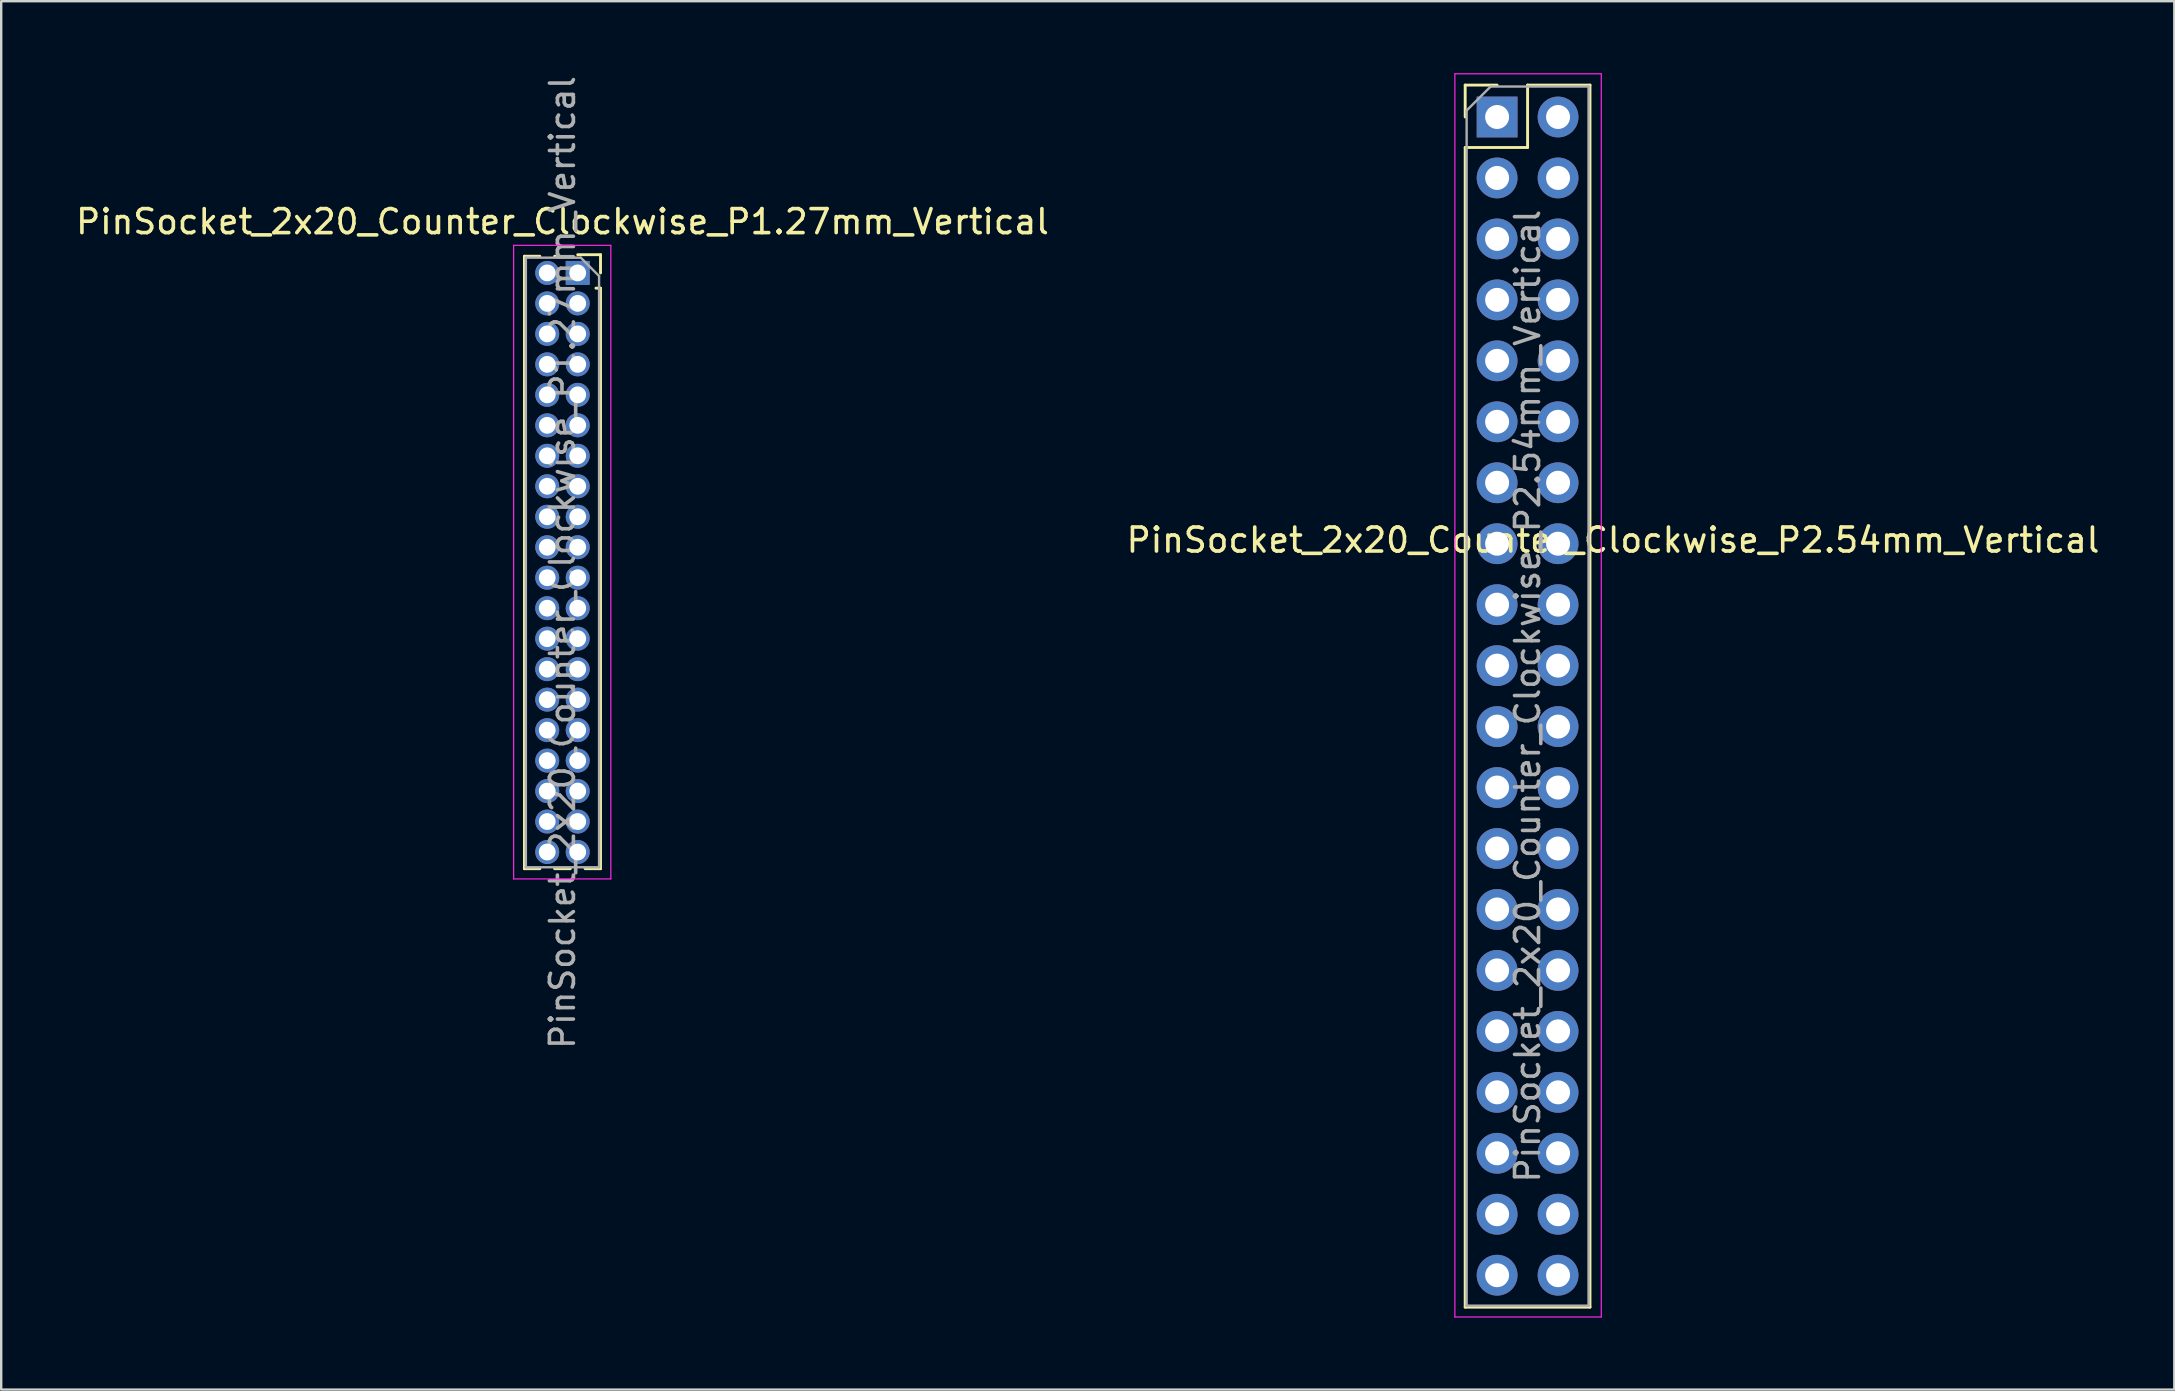
<source format=kicad_pcb>
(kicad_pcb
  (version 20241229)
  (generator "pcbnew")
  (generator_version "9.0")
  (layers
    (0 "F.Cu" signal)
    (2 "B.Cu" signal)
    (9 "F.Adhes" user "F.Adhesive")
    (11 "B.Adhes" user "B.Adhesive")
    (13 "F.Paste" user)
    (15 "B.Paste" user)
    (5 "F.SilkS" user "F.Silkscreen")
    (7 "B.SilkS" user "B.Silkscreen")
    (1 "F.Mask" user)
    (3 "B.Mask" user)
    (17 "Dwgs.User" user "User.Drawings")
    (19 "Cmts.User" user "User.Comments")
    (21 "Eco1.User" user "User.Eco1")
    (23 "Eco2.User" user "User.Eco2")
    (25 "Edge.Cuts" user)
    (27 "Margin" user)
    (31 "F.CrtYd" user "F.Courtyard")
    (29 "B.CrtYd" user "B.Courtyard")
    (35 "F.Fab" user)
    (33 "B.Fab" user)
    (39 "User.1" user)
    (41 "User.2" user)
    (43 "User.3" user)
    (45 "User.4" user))
  (footprint "PinSocket_2x20_Counter_Clockwise_P2.54mm_Vertical"
    (layer "F.Cu")
    (at 61.871 1.825)
    (property "Reference" "PinSocket_2x20_Counter_Clockwise_P2.54mm_Vertical" (at 2.29 17.63 0) (layer "F.SilkS") (effects (font (size 1 1) (thickness 0.15))))
    (attr through_hole)
    (fp_line (start -3.87 -1.33) (end -3.87 0) (stroke (width 0.12) (type solid)) (layer "F.SilkS"))
    (fp_line (start -3.87 1.27) (end -3.87 49.59) (stroke (width 0.12) (type solid)) (layer "F.SilkS"))
    (fp_line (start -2.54 -1.33) (end -3.87 -1.33) (stroke (width 0.12) (type solid)) (layer "F.SilkS"))
    (fp_line (start -1.27 -1.33) (end -1.27 1.27) (stroke (width 0.12) (type solid)) (layer "F.SilkS"))
    (fp_line (start -1.27 1.27) (end -3.87 1.27) (stroke (width 0.12) (type solid)) (layer "F.SilkS"))
    (fp_line (start 1.33 -1.33) (end -1.27 -1.33) (stroke (width 0.12) (type solid)) (layer "F.SilkS"))
    (fp_line (start 1.33 -1.33) (end 1.33 49.59) (stroke (width 0.12) (type solid)) (layer "F.SilkS"))
    (fp_line (start 1.33 49.59) (end -3.87 49.59) (stroke (width 0.12) (type solid)) (layer "F.SilkS"))
    (fp_line (start -4.3 -1.8) (end -4.3 50) (stroke (width 0.05) (type solid)) (layer "F.CrtYd"))
    (fp_line (start -4.3 50) (end 1.8 50) (stroke (width 0.05) (type solid)) (layer "F.CrtYd"))
    (fp_line (start 1.8 -1.8) (end -4.3 -1.8) (stroke (width 0.05) (type solid)) (layer "F.CrtYd"))
    (fp_line (start 1.8 50) (end 1.8 -1.8) (stroke (width 0.05) (type solid)) (layer "F.CrtYd"))
    (fp_line (start -3.81 -0.27) (end -3.81 49.53) (stroke (width 0.1) (type solid)) (layer "F.Fab"))
    (fp_line (start -3.81 49.53) (end 1.27 49.53) (stroke (width 0.1) (type solid)) (layer "F.Fab"))
    (fp_line (start -2.81 -1.27) (end -3.81 -0.27) (stroke (width 0.1) (type solid)) (layer "F.Fab"))
    (fp_line (start 1.27 -1.27) (end -2.81 -1.27) (stroke (width 0.1) (type solid)) (layer "F.Fab"))
    (fp_line (start 1.27 49.53) (end 1.27 -1.27) (stroke (width 0.1) (type solid)) (layer "F.Fab"))
    (fp_text user "${REFERENCE}" (at -1.27 24.13 90) (layer "F.Fab") (effects (font (size 1 1) (thickness 0.15))))
    (pad "1" thru_hole rect (at -2.54 0) (size 1.7 1.7) (drill 1) (layers "*.Cu" "*.Mask"))
    (pad "2" thru_hole oval (at 0 0) (size 1.7 1.7) (drill 1) (layers "*.Cu" "*.Mask"))
    (pad "3" thru_hole oval (at -2.54 2.54) (size 1.7 1.7) (drill 1) (layers "*.Cu" "*.Mask"))
    (pad "4" thru_hole oval (at 0 2.54) (size 1.7 1.7) (drill 1) (layers "*.Cu" "*.Mask"))
    (pad "5" thru_hole oval (at -2.54 5.08) (size 1.7 1.7) (drill 1) (layers "*.Cu" "*.Mask"))
    (pad "6" thru_hole oval (at 0 5.08) (size 1.7 1.7) (drill 1) (layers "*.Cu" "*.Mask"))
    (pad "7" thru_hole oval (at -2.54 7.62) (size 1.7 1.7) (drill 1) (layers "*.Cu" "*.Mask"))
    (pad "8" thru_hole oval (at 0 7.62) (size 1.7 1.7) (drill 1) (layers "*.Cu" "*.Mask"))
    (pad "9" thru_hole oval (at -2.54 10.16) (size 1.7 1.7) (drill 1) (layers "*.Cu" "*.Mask"))
    (pad "10" thru_hole oval (at 0 10.16) (size 1.7 1.7) (drill 1) (layers "*.Cu" "*.Mask"))
    (pad "11" thru_hole oval (at -2.54 12.7) (size 1.7 1.7) (drill 1) (layers "*.Cu" "*.Mask"))
    (pad "12" thru_hole oval (at 0 12.7) (size 1.7 1.7) (drill 1) (layers "*.Cu" "*.Mask"))
    (pad "13" thru_hole oval (at -2.54 15.24) (size 1.7 1.7) (drill 1) (layers "*.Cu" "*.Mask"))
    (pad "14" thru_hole oval (at 0 15.24) (size 1.7 1.7) (drill 1) (layers "*.Cu" "*.Mask"))
    (pad "15" thru_hole oval (at -2.54 17.78) (size 1.7 1.7) (drill 1) (layers "*.Cu" "*.Mask"))
    (pad "16" thru_hole oval (at 0 17.78) (size 1.7 1.7) (drill 1) (layers "*.Cu" "*.Mask"))
    (pad "17" thru_hole oval (at -2.54 20.32) (size 1.7 1.7) (drill 1) (layers "*.Cu" "*.Mask"))
    (pad "18" thru_hole oval (at 0 20.32) (size 1.7 1.7) (drill 1) (layers "*.Cu" "*.Mask"))
    (pad "19" thru_hole oval (at -2.54 22.86) (size 1.7 1.7) (drill 1) (layers "*.Cu" "*.Mask"))
    (pad "20" thru_hole oval (at 0 22.86) (size 1.7 1.7) (drill 1) (layers "*.Cu" "*.Mask"))
    (pad "21" thru_hole oval (at -2.54 25.4) (size 1.7 1.7) (drill 1) (layers "*.Cu" "*.Mask"))
    (pad "22" thru_hole oval (at 0 25.4) (size 1.7 1.7) (drill 1) (layers "*.Cu" "*.Mask"))
    (pad "23" thru_hole oval (at -2.54 27.94) (size 1.7 1.7) (drill 1) (layers "*.Cu" "*.Mask"))
    (pad "24" thru_hole oval (at 0 27.94) (size 1.7 1.7) (drill 1) (layers "*.Cu" "*.Mask"))
    (pad "25" thru_hole oval (at -2.54 30.48) (size 1.7 1.7) (drill 1) (layers "*.Cu" "*.Mask"))
    (pad "26" thru_hole oval (at 0 30.48) (size 1.7 1.7) (drill 1) (layers "*.Cu" "*.Mask"))
    (pad "27" thru_hole oval (at -2.54 33.02) (size 1.7 1.7) (drill 1) (layers "*.Cu" "*.Mask"))
    (pad "28" thru_hole oval (at 0 33.02) (size 1.7 1.7) (drill 1) (layers "*.Cu" "*.Mask"))
    (pad "29" thru_hole oval (at -2.54 35.56) (size 1.7 1.7) (drill 1) (layers "*.Cu" "*.Mask"))
    (pad "30" thru_hole oval (at 0 35.56) (size 1.7 1.7) (drill 1) (layers "*.Cu" "*.Mask"))
    (pad "31" thru_hole oval (at -2.54 38.1) (size 1.7 1.7) (drill 1) (layers "*.Cu" "*.Mask"))
    (pad "32" thru_hole oval (at 0 38.1) (size 1.7 1.7) (drill 1) (layers "*.Cu" "*.Mask"))
    (pad "33" thru_hole oval (at -2.54 40.64) (size 1.7 1.7) (drill 1) (layers "*.Cu" "*.Mask"))
    (pad "34" thru_hole oval (at 0 40.64) (size 1.7 1.7) (drill 1) (layers "*.Cu" "*.Mask"))
    (pad "35" thru_hole oval (at -2.54 43.18) (size 1.7 1.7) (drill 1) (layers "*.Cu" "*.Mask"))
    (pad "36" thru_hole oval (at 0 43.18) (size 1.7 1.7) (drill 1) (layers "*.Cu" "*.Mask"))
    (pad "37" thru_hole oval (at -2.54 45.72) (size 1.7 1.7) (drill 1) (layers "*.Cu" "*.Mask"))
    (pad "38" thru_hole oval (at 0 45.72) (size 1.7 1.7) (drill 1) (layers "*.Cu" "*.Mask"))
    (pad "39" thru_hole oval (at -2.54 48.26) (size 1.7 1.7) (drill 1) (layers "*.Cu" "*.Mask"))
    (pad "40" thru_hole oval (at 0 48.26) (size 1.7 1.7) (drill 1) (layers "*.Cu" "*.Mask")))
  (footprint "PinSocket_2x20_Counter_Clockwise_P1.27mm_Vertical"
    (layer "F.Cu")
    (at 21.022 8.322)
    (property "Reference" "PinSocket_2x20_Counter_Clockwise_P1.27mm_Vertical" (at -0.635 -2.135 0) (layer "F.SilkS") (effects (font (size 1 1) (thickness 0.15))))
    (attr through_hole)
    (fp_line (start -2.22 -0.695) (end -2.22 24.825) (stroke (width 0.12) (type solid)) (layer "F.SilkS"))
    (fp_line (start -2.22 -0.695) (end -1.578 -0.695) (stroke (width 0.12) (type solid)) (layer "F.SilkS"))
    (fp_line (start -2.22 24.825) (end -1.578 24.825) (stroke (width 0.12) (type solid)) (layer "F.SilkS"))
    (fp_line (start -0.962 -0.695) (end -0.76 -0.695) (stroke (width 0.12) (type solid)) (layer "F.SilkS"))
    (fp_line (start -0.962 24.825) (end -0.308 24.825) (stroke (width 0.12) (type solid)) (layer "F.SilkS"))
    (fp_line (start 0 -0.76) (end 0.95 -0.76) (stroke (width 0.12) (type solid)) (layer "F.SilkS"))
    (fp_line (start 0.308 24.825) (end 0.95 24.825) (stroke (width 0.12) (type solid)) (layer "F.SilkS"))
    (fp_line (start 0.76 0.635) (end 0.95 0.635) (stroke (width 0.12) (type solid)) (layer "F.SilkS"))
    (fp_line (start 0.95 -0.76) (end 0.95 0) (stroke (width 0.12) (type solid)) (layer "F.SilkS"))
    (fp_line (start 0.95 0.635) (end 0.95 24.825) (stroke (width 0.12) (type solid)) (layer "F.SilkS"))
    (fp_line (start -2.67 -1.15) (end 1.38 -1.15) (stroke (width 0.05) (type solid)) (layer "F.CrtYd"))
    (fp_line (start -2.67 25.25) (end -2.67 -1.15) (stroke (width 0.05) (type solid)) (layer "F.CrtYd"))
    (fp_line (start 1.38 -1.15) (end 1.38 25.25) (stroke (width 0.05) (type solid)) (layer "F.CrtYd"))
    (fp_line (start 1.38 25.25) (end -2.67 25.25) (stroke (width 0.05) (type solid)) (layer "F.CrtYd"))
    (fp_line (start -2.16 -0.635) (end 0.128 -0.635) (stroke (width 0.1) (type solid)) (layer "F.Fab"))
    (fp_line (start -2.16 24.765) (end -2.16 -0.635) (stroke (width 0.1) (type solid)) (layer "F.Fab"))
    (fp_line (start 0.128 -0.635) (end 0.89 0.128) (stroke (width 0.1) (type solid)) (layer "F.Fab"))
    (fp_line (start 0.89 0.128) (end 0.89 24.765) (stroke (width 0.1) (type solid)) (layer "F.Fab"))
    (fp_line (start 0.89 24.765) (end -2.16 24.765) (stroke (width 0.1) (type solid)) (layer "F.Fab"))
    (fp_text user "${REFERENCE}" (at -0.635 12.065 90) (layer "F.Fab") (effects (font (size 1 1) (thickness 0.15))))
    (pad "1" thru_hole oval (at -1.27 0) (size 1 1) (drill 0.7) (layers "*.Cu" "*.Mask"))
    (pad "2" thru_hole oval (at -1.27 1.27) (size 1 1) (drill 0.7) (layers "*.Cu" "*.Mask"))
    (pad "3" thru_hole oval (at -1.27 2.54) (size 1 1) (drill 0.7) (layers "*.Cu" "*.Mask"))
    (pad "4" thru_hole oval (at -1.27 3.81) (size 1 1) (drill 0.7) (layers "*.Cu" "*.Mask"))
    (pad "5" thru_hole oval (at -1.27 5.08) (size 1 1) (drill 0.7) (layers "*.Cu" "*.Mask"))
    (pad "6" thru_hole oval (at -1.27 6.35) (size 1 1) (drill 0.7) (layers "*.Cu" "*.Mask"))
    (pad "7" thru_hole oval (at -1.27 7.62) (size 1 1) (drill 0.7) (layers "*.Cu" "*.Mask"))
    (pad "8" thru_hole oval (at -1.27 8.89) (size 1 1) (drill 0.7) (layers "*.Cu" "*.Mask"))
    (pad "9" thru_hole oval (at -1.27 10.16) (size 1 1) (drill 0.7) (layers "*.Cu" "*.Mask"))
    (pad "10" thru_hole oval (at -1.27 11.43) (size 1 1) (drill 0.7) (layers "*.Cu" "*.Mask"))
    (pad "11" thru_hole oval (at -1.27 12.7) (size 1 1) (drill 0.7) (layers "*.Cu" "*.Mask"))
    (pad "12" thru_hole oval (at -1.27 13.97) (size 1 1) (drill 0.7) (layers "*.Cu" "*.Mask"))
    (pad "13" thru_hole oval (at -1.27 15.24) (size 1 1) (drill 0.7) (layers "*.Cu" "*.Mask"))
    (pad "14" thru_hole oval (at -1.27 16.51) (size 1 1) (drill 0.7) (layers "*.Cu" "*.Mask"))
    (pad "15" thru_hole oval (at -1.27 17.78) (size 1 1) (drill 0.7) (layers "*.Cu" "*.Mask"))
    (pad "16" thru_hole oval (at -1.27 19.05) (size 1 1) (drill 0.7) (layers "*.Cu" "*.Mask"))
    (pad "17" thru_hole oval (at -1.27 20.32) (size 1 1) (drill 0.7) (layers "*.Cu" "*.Mask"))
    (pad "18" thru_hole oval (at -1.27 21.59) (size 1 1) (drill 0.7) (layers "*.Cu" "*.Mask"))
    (pad "19" thru_hole oval (at -1.27 22.86) (size 1 1) (drill 0.7) (layers "*.Cu" "*.Mask"))
    (pad "20" thru_hole oval (at -1.27 24.13) (size 1 1) (drill 0.7) (layers "*.Cu" "*.Mask"))
    (pad "21" thru_hole oval (at 0 24.13) (size 1 1) (drill 0.7) (layers "*.Cu" "*.Mask"))
    (pad "22" thru_hole oval (at 0 22.86) (size 1 1) (drill 0.7) (layers "*.Cu" "*.Mask"))
    (pad "23" thru_hole oval (at 0 21.59) (size 1 1) (drill 0.7) (layers "*.Cu" "*.Mask"))
    (pad "24" thru_hole oval (at 0 20.32) (size 1 1) (drill 0.7) (layers "*.Cu" "*.Mask"))
    (pad "25" thru_hole oval (at 0 19.05) (size 1 1) (drill 0.7) (layers "*.Cu" "*.Mask"))
    (pad "26" thru_hole oval (at 0 17.78) (size 1 1) (drill 0.7) (layers "*.Cu" "*.Mask"))
    (pad "27" thru_hole oval (at 0 16.51) (size 1 1) (drill 0.7) (layers "*.Cu" "*.Mask"))
    (pad "28" thru_hole oval (at 0 15.24) (size 1 1) (drill 0.7) (layers "*.Cu" "*.Mask"))
    (pad "29" thru_hole oval (at 0 13.97) (size 1 1) (drill 0.7) (layers "*.Cu" "*.Mask"))
    (pad "30" thru_hole oval (at 0 12.7) (size 1 1) (drill 0.7) (layers "*.Cu" "*.Mask"))
    (pad "31" thru_hole oval (at 0 11.43) (size 1 1) (drill 0.7) (layers "*.Cu" "*.Mask"))
    (pad "32" thru_hole oval (at 0 10.16) (size 1 1) (drill 0.7) (layers "*.Cu" "*.Mask"))
    (pad "33" thru_hole oval (at 0 8.89) (size 1 1) (drill 0.7) (layers "*.Cu" "*.Mask"))
    (pad "34" thru_hole oval (at 0 7.62) (size 1 1) (drill 0.7) (layers "*.Cu" "*.Mask"))
    (pad "35" thru_hole oval (at 0 6.35) (size 1 1) (drill 0.7) (layers "*.Cu" "*.Mask"))
    (pad "36" thru_hole oval (at 0 5.08) (size 1 1) (drill 0.7) (layers "*.Cu" "*.Mask"))
    (pad "37" thru_hole oval (at 0 3.81) (size 1 1) (drill 0.7) (layers "*.Cu" "*.Mask"))
    (pad "38" thru_hole oval (at 0 2.54) (size 1 1) (drill 0.7) (layers "*.Cu" "*.Mask"))
    (pad "39" thru_hole oval (at 0 1.27) (size 1 1) (drill 0.7) (layers "*.Cu" "*.Mask"))
    (pad "40" thru_hole rect (at 0 0) (size 1 1) (drill 0.7) (layers "*.Cu" "*.Mask")))
  (gr_rect
    (start -3 -3)
    (end 87.548 54.85)
    (stroke (width 0.1) (type default))
    (fill no)
    (layer "Edge.Cuts")))
</source>
